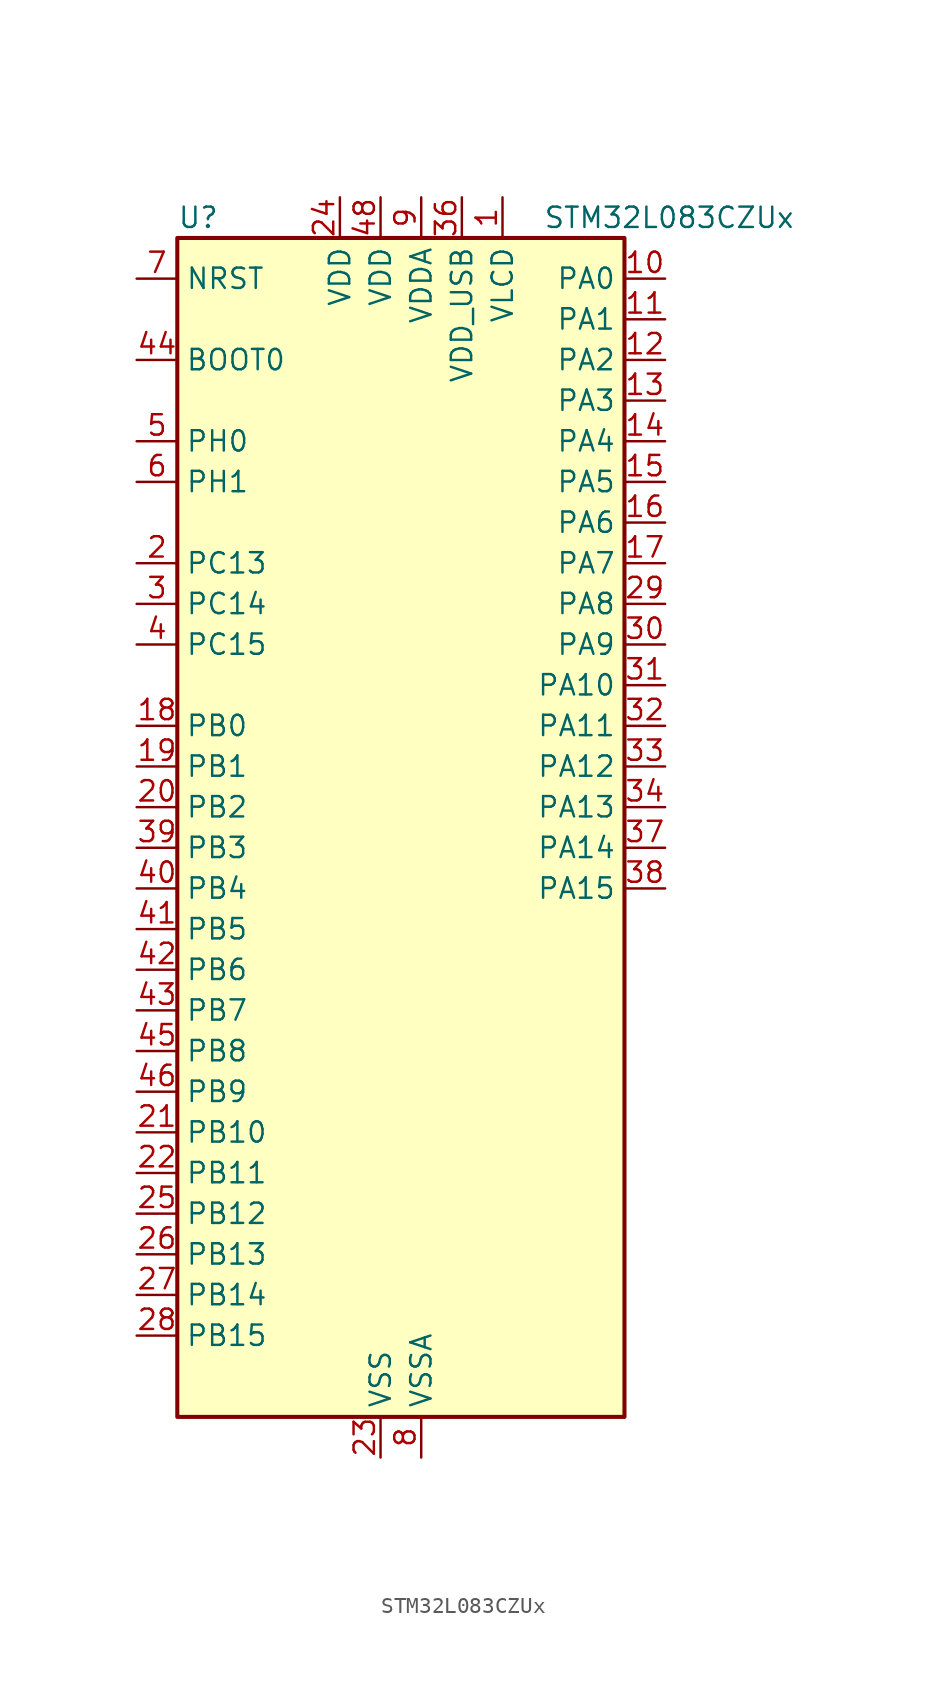
<source format=kicad_sym>
(kicad_symbol_lib
  (version 20220914)
  (generator kicad_symbol_editor)
  (symbol "STM32L083CZUx"
    (property "Reference" "U"
      (at -12.7 39.37 0)
      (effects (font (size 1.27 1.27)) (justify left)))
    (property "Value" "STM32L083CZUx"
      (at 10.16 39.37 0)
      (effects (font (size 1.27 1.27)) (justify left)))
    (property "ki_locked" ""
      (at 0 0 0)
      (effects (font (size 1.27 1.27))))
    (symbol "STM32L083CZUx_0_1"
      (rectangle (start -12.7 -35.56) (end 15.24 38.1) (stroke (width 0.254) (type default)) (fill (type background))))
    (symbol "STM32L083CZUx_1_1"
      (pin power_in line (at 7.62 40.64 270) (length 2.54) (name "VLCD" (effects (font (size 1.27 1.27)))) (number "1" (effects (font (size 1.27 1.27)))))
      (pin bidirectional line (at 17.78 35.56 180) (length 2.54) (name "PA0" (effects (font (size 1.27 1.27)))) (number "10" (effects (font (size 1.27 1.27)))) (alternate "ADC_IN0" bidirectional line) (alternate "COMP1_INM" bidirectional line) (alternate "COMP1_OUT" bidirectional line) (alternate "RTC_TAMP2" bidirectional line) (alternate "SYS_WKUP1" bidirectional line) (alternate "TIM2_CH1" bidirectional line) (alternate "TIM2_ETR" bidirectional line) (alternate "TSC_G1_IO1" bidirectional line) (alternate "USART2_CTS" bidirectional line) (alternate "USART4_TX" bidirectional line))
      (pin bidirectional line (at 17.78 33.02 180) (length 2.54) (name "PA1" (effects (font (size 1.27 1.27)))) (number "11" (effects (font (size 1.27 1.27)))) (alternate "ADC_IN1" bidirectional line) (alternate "COMP1_INP" bidirectional line) (alternate "LCD_SEG0" bidirectional line) (alternate "TIM21_ETR" bidirectional line) (alternate "TIM2_CH2" bidirectional line) (alternate "TSC_G1_IO2" bidirectional line) (alternate "USART2_DE" bidirectional line) (alternate "USART2_RTS" bidirectional line) (alternate "USART4_RX" bidirectional line))
      (pin bidirectional line (at 17.78 30.48 180) (length 2.54) (name "PA2" (effects (font (size 1.27 1.27)))) (number "12" (effects (font (size 1.27 1.27)))) (alternate "ADC_IN2" bidirectional line) (alternate "COMP2_INM" bidirectional line) (alternate "COMP2_OUT" bidirectional line) (alternate "LCD_SEG1" bidirectional line) (alternate "LPUART1_TX" bidirectional line) (alternate "TIM21_CH1" bidirectional line) (alternate "TIM2_CH3" bidirectional line) (alternate "TSC_G1_IO3" bidirectional line) (alternate "USART2_TX" bidirectional line))
      (pin bidirectional line (at 17.78 27.94 180) (length 2.54) (name "PA3" (effects (font (size 1.27 1.27)))) (number "13" (effects (font (size 1.27 1.27)))) (alternate "ADC_IN3" bidirectional line) (alternate "COMP2_INP" bidirectional line) (alternate "LCD_SEG2" bidirectional line) (alternate "LPUART1_RX" bidirectional line) (alternate "TIM21_CH2" bidirectional line) (alternate "TIM2_CH4" bidirectional line) (alternate "TSC_G1_IO4" bidirectional line) (alternate "USART2_RX" bidirectional line))
      (pin bidirectional line (at 17.78 25.4 180) (length 2.54) (name "PA4" (effects (font (size 1.27 1.27)))) (number "14" (effects (font (size 1.27 1.27)))) (alternate "ADC_IN4" bidirectional line) (alternate "COMP1_INM" bidirectional line) (alternate "COMP2_INM" bidirectional line) (alternate "DAC_OUT1" bidirectional line) (alternate "SPI1_NSS" bidirectional line) (alternate "TIM22_ETR" bidirectional line) (alternate "TSC_G2_IO1" bidirectional line) (alternate "USART2_CK" bidirectional line))
      (pin bidirectional line (at 17.78 22.86 180) (length 2.54) (name "PA5" (effects (font (size 1.27 1.27)))) (number "15" (effects (font (size 1.27 1.27)))) (alternate "ADC_IN5" bidirectional line) (alternate "COMP1_INM" bidirectional line) (alternate "COMP2_INM" bidirectional line) (alternate "DAC_OUT2" bidirectional line) (alternate "SPI1_SCK" bidirectional line) (alternate "TIM2_CH1" bidirectional line) (alternate "TIM2_ETR" bidirectional line) (alternate "TSC_G2_IO2" bidirectional line))
      (pin bidirectional line (at 17.78 20.32 180) (length 2.54) (name "PA6" (effects (font (size 1.27 1.27)))) (number "16" (effects (font (size 1.27 1.27)))) (alternate "ADC_IN6" bidirectional line) (alternate "COMP1_OUT" bidirectional line) (alternate "LCD_SEG3" bidirectional line) (alternate "LPUART1_CTS" bidirectional line) (alternate "SPI1_MISO" bidirectional line) (alternate "TIM22_CH1" bidirectional line) (alternate "TIM3_CH1" bidirectional line) (alternate "TSC_G2_IO3" bidirectional line))
      (pin bidirectional line (at 17.78 17.78 180) (length 2.54) (name "PA7" (effects (font (size 1.27 1.27)))) (number "17" (effects (font (size 1.27 1.27)))) (alternate "ADC_IN7" bidirectional line) (alternate "COMP2_OUT" bidirectional line) (alternate "LCD_SEG4" bidirectional line) (alternate "SPI1_MOSI" bidirectional line) (alternate "TIM22_CH2" bidirectional line) (alternate "TIM3_CH2" bidirectional line) (alternate "TSC_G2_IO4" bidirectional line))
      (pin bidirectional line (at -15.24 7.62 0) (length 2.54) (name "PB0" (effects (font (size 1.27 1.27)))) (number "18" (effects (font (size 1.27 1.27)))) (alternate "ADC_IN8" bidirectional line) (alternate "LCD_SEG5" bidirectional line) (alternate "LCD_VLCD3" bidirectional line) (alternate "SYS_VREF_OUT_PB0" bidirectional line) (alternate "TIM3_CH3" bidirectional line) (alternate "TSC_G3_IO2" bidirectional line))
      (pin bidirectional line (at -15.24 5.08 0) (length 2.54) (name "PB1" (effects (font (size 1.27 1.27)))) (number "19" (effects (font (size 1.27 1.27)))) (alternate "ADC_IN9" bidirectional line) (alternate "LCD_SEG6" bidirectional line) (alternate "LPUART1_DE" bidirectional line) (alternate "LPUART1_RTS" bidirectional line) (alternate "SYS_VREF_OUT_PB1" bidirectional line) (alternate "TIM3_CH4" bidirectional line) (alternate "TSC_G3_IO3" bidirectional line))
      (pin bidirectional line (at -15.24 17.78 0) (length 2.54) (name "PC13" (effects (font (size 1.27 1.27)))) (number "2" (effects (font (size 1.27 1.27)))) (alternate "RTC_OUT_ALARM" bidirectional line) (alternate "RTC_OUT_CALIB" bidirectional line) (alternate "RTC_TAMP1" bidirectional line) (alternate "RTC_TS" bidirectional line) (alternate "SYS_WKUP2" bidirectional line))
      (pin bidirectional line (at -15.24 2.54 0) (length 2.54) (name "PB2" (effects (font (size 1.27 1.27)))) (number "20" (effects (font (size 1.27 1.27)))) (alternate "I2C3_SMBA" bidirectional line) (alternate "LCD_VLCD2" bidirectional line) (alternate "LPTIM1_OUT" bidirectional line) (alternate "TSC_G3_IO4" bidirectional line))
      (pin bidirectional line (at -15.24 -17.78 0) (length 2.54) (name "PB10" (effects (font (size 1.27 1.27)))) (number "21" (effects (font (size 1.27 1.27)))) (alternate "I2C2_SCL" bidirectional line) (alternate "LCD_SEG10" bidirectional line) (alternate "LPUART1_RX" bidirectional line) (alternate "LPUART1_TX" bidirectional line) (alternate "SPI2_SCK" bidirectional line) (alternate "TIM2_CH3" bidirectional line) (alternate "TSC_SYNC" bidirectional line))
      (pin bidirectional line (at -15.24 -20.32 0) (length 2.54) (name "PB11" (effects (font (size 1.27 1.27)))) (number "22" (effects (font (size 1.27 1.27)))) (alternate "ADC_EXTI11" bidirectional line) (alternate "I2C2_SDA" bidirectional line) (alternate "LCD_SEG11" bidirectional line) (alternate "LPUART1_RX" bidirectional line) (alternate "LPUART1_TX" bidirectional line) (alternate "TIM2_CH4" bidirectional line) (alternate "TSC_G6_IO1" bidirectional line))
      (pin power_in line (at 0 -38.1 90) (length 2.54) (name "VSS" (effects (font (size 1.27 1.27)))) (number "23" (effects (font (size 1.27 1.27)))))
      (pin power_in line (at -2.54 40.64 270) (length 2.54) (name "VDD" (effects (font (size 1.27 1.27)))) (number "24" (effects (font (size 1.27 1.27)))))
      (pin bidirectional line (at -15.24 -22.86 0) (length 2.54) (name "PB12" (effects (font (size 1.27 1.27)))) (number "25" (effects (font (size 1.27 1.27)))) (alternate "I2S2_WS" bidirectional line) (alternate "LCD_SEG12" bidirectional line) (alternate "LCD_VLCD2" bidirectional line) (alternate "LPUART1_DE" bidirectional line) (alternate "LPUART1_RTS" bidirectional line) (alternate "SPI2_NSS" bidirectional line) (alternate "TSC_G6_IO2" bidirectional line))
      (pin bidirectional line (at -15.24 -25.4 0) (length 2.54) (name "PB13" (effects (font (size 1.27 1.27)))) (number "26" (effects (font (size 1.27 1.27)))) (alternate "I2C2_SCL" bidirectional line) (alternate "I2S2_CK" bidirectional line) (alternate "LCD_SEG13" bidirectional line) (alternate "LPUART1_CTS" bidirectional line) (alternate "RCC_MCO" bidirectional line) (alternate "SPI2_SCK" bidirectional line) (alternate "TIM21_CH1" bidirectional line) (alternate "TSC_G6_IO3" bidirectional line))
      (pin bidirectional line (at -15.24 -27.94 0) (length 2.54) (name "PB14" (effects (font (size 1.27 1.27)))) (number "27" (effects (font (size 1.27 1.27)))) (alternate "I2C2_SDA" bidirectional line) (alternate "I2S2_MCK" bidirectional line) (alternate "LCD_SEG14" bidirectional line) (alternate "LPUART1_DE" bidirectional line) (alternate "LPUART1_RTS" bidirectional line) (alternate "RTC_OUT_ALARM" bidirectional line) (alternate "RTC_OUT_CALIB" bidirectional line) (alternate "SPI2_MISO" bidirectional line) (alternate "TIM21_CH2" bidirectional line) (alternate "TSC_G6_IO4" bidirectional line))
      (pin bidirectional line (at -15.24 -30.48 0) (length 2.54) (name "PB15" (effects (font (size 1.27 1.27)))) (number "28" (effects (font (size 1.27 1.27)))) (alternate "I2S2_SD" bidirectional line) (alternate "LCD_SEG15" bidirectional line) (alternate "RTC_REFIN" bidirectional line) (alternate "SPI2_MOSI" bidirectional line))
      (pin bidirectional line (at 17.78 15.24 180) (length 2.54) (name "PA8" (effects (font (size 1.27 1.27)))) (number "29" (effects (font (size 1.27 1.27)))) (alternate "CRS_SYNC" bidirectional line) (alternate "I2C3_SCL" bidirectional line) (alternate "LCD_COM0" bidirectional line) (alternate "RCC_MCO" bidirectional line) (alternate "USART1_CK" bidirectional line))
      (pin bidirectional line (at -15.24 15.24 0) (length 2.54) (name "PC14" (effects (font (size 1.27 1.27)))) (number "3" (effects (font (size 1.27 1.27)))) (alternate "RCC_OSC32_IN" bidirectional line))
      (pin bidirectional line (at 17.78 12.7 180) (length 2.54) (name "PA9" (effects (font (size 1.27 1.27)))) (number "30" (effects (font (size 1.27 1.27)))) (alternate "DAC_EXTI9" bidirectional line) (alternate "I2C1_SCL" bidirectional line) (alternate "I2C3_SMBA" bidirectional line) (alternate "LCD_COM1" bidirectional line) (alternate "RCC_MCO" bidirectional line) (alternate "TSC_G4_IO1" bidirectional line) (alternate "USART1_TX" bidirectional line))
      (pin bidirectional line (at 17.78 10.16 180) (length 2.54) (name "PA10" (effects (font (size 1.27 1.27)))) (number "31" (effects (font (size 1.27 1.27)))) (alternate "I2C1_SDA" bidirectional line) (alternate "LCD_COM2" bidirectional line) (alternate "TSC_G4_IO2" bidirectional line) (alternate "USART1_RX" bidirectional line))
      (pin bidirectional line (at 17.78 7.62 180) (length 2.54) (name "PA11" (effects (font (size 1.27 1.27)))) (number "32" (effects (font (size 1.27 1.27)))) (alternate "ADC_EXTI11" bidirectional line) (alternate "COMP1_OUT" bidirectional line) (alternate "SPI1_MISO" bidirectional line) (alternate "TSC_G4_IO3" bidirectional line) (alternate "USART1_CTS" bidirectional line) (alternate "USB_DM" bidirectional line))
      (pin bidirectional line (at 17.78 5.08 180) (length 2.54) (name "PA12" (effects (font (size 1.27 1.27)))) (number "33" (effects (font (size 1.27 1.27)))) (alternate "COMP2_OUT" bidirectional line) (alternate "SPI1_MOSI" bidirectional line) (alternate "TSC_G4_IO4" bidirectional line) (alternate "USART1_DE" bidirectional line) (alternate "USART1_RTS" bidirectional line) (alternate "USB_DP" bidirectional line))
      (pin bidirectional line (at 17.78 2.54 180) (length 2.54) (name "PA13" (effects (font (size 1.27 1.27)))) (number "34" (effects (font (size 1.27 1.27)))) (alternate "LPUART1_RX" bidirectional line) (alternate "SYS_SWDIO" bidirectional line) (alternate "USB_NOE" bidirectional line))
      (pin passive line (at 0 -38.1 90) (length 2.54) hide (name "VSS" (effects (font (size 1.27 1.27)))) (number "35" (effects (font (size 1.27 1.27)))))
      (pin power_in line (at 5.08 40.64 270) (length 2.54) (name "VDD_USB" (effects (font (size 1.27 1.27)))) (number "36" (effects (font (size 1.27 1.27)))))
      (pin bidirectional line (at 17.78 0 180) (length 2.54) (name "PA14" (effects (font (size 1.27 1.27)))) (number "37" (effects (font (size 1.27 1.27)))) (alternate "LPUART1_TX" bidirectional line) (alternate "SYS_SWCLK" bidirectional line) (alternate "USART2_TX" bidirectional line))
      (pin bidirectional line (at 17.78 -2.54 180) (length 2.54) (name "PA15" (effects (font (size 1.27 1.27)))) (number "38" (effects (font (size 1.27 1.27)))) (alternate "LCD_SEG17" bidirectional line) (alternate "SPI1_NSS" bidirectional line) (alternate "TIM2_CH1" bidirectional line) (alternate "TIM2_ETR" bidirectional line) (alternate "USART2_RX" bidirectional line) (alternate "USART4_DE" bidirectional line) (alternate "USART4_RTS" bidirectional line))
      (pin bidirectional line (at -15.24 0 0) (length 2.54) (name "PB3" (effects (font (size 1.27 1.27)))) (number "39" (effects (font (size 1.27 1.27)))) (alternate "COMP2_INM" bidirectional line) (alternate "LCD_SEG7" bidirectional line) (alternate "SPI1_SCK" bidirectional line) (alternate "TIM2_CH2" bidirectional line) (alternate "TSC_G5_IO1" bidirectional line) (alternate "USART1_DE" bidirectional line) (alternate "USART1_RTS" bidirectional line) (alternate "USART5_TX" bidirectional line))
      (pin bidirectional line (at -15.24 12.7 0) (length 2.54) (name "PC15" (effects (font (size 1.27 1.27)))) (number "4" (effects (font (size 1.27 1.27)))) (alternate "RCC_OSC32_OUT" bidirectional line))
      (pin bidirectional line (at -15.24 -2.54 0) (length 2.54) (name "PB4" (effects (font (size 1.27 1.27)))) (number "40" (effects (font (size 1.27 1.27)))) (alternate "COMP2_INP" bidirectional line) (alternate "I2C3_SDA" bidirectional line) (alternate "LCD_SEG8" bidirectional line) (alternate "SPI1_MISO" bidirectional line) (alternate "TIM22_CH1" bidirectional line) (alternate "TIM3_CH1" bidirectional line) (alternate "TSC_G5_IO2" bidirectional line) (alternate "USART1_CTS" bidirectional line) (alternate "USART5_RX" bidirectional line))
      (pin bidirectional line (at -15.24 -5.08 0) (length 2.54) (name "PB5" (effects (font (size 1.27 1.27)))) (number "41" (effects (font (size 1.27 1.27)))) (alternate "COMP2_INP" bidirectional line) (alternate "I2C1_SMBA" bidirectional line) (alternate "LCD_SEG9" bidirectional line) (alternate "LPTIM1_IN1" bidirectional line) (alternate "SPI1_MOSI" bidirectional line) (alternate "TIM22_CH2" bidirectional line) (alternate "TIM3_CH2" bidirectional line) (alternate "USART1_CK" bidirectional line) (alternate "USART5_CK" bidirectional line) (alternate "USART5_DE" bidirectional line) (alternate "USART5_RTS" bidirectional line))
      (pin bidirectional line (at -15.24 -7.62 0) (length 2.54) (name "PB6" (effects (font (size 1.27 1.27)))) (number "42" (effects (font (size 1.27 1.27)))) (alternate "COMP2_INP" bidirectional line) (alternate "I2C1_SCL" bidirectional line) (alternate "LPTIM1_ETR" bidirectional line) (alternate "TSC_G5_IO3" bidirectional line) (alternate "USART1_TX" bidirectional line))
      (pin bidirectional line (at -15.24 -10.16 0) (length 2.54) (name "PB7" (effects (font (size 1.27 1.27)))) (number "43" (effects (font (size 1.27 1.27)))) (alternate "COMP2_INP" bidirectional line) (alternate "I2C1_SDA" bidirectional line) (alternate "LPTIM1_IN2" bidirectional line) (alternate "SYS_PVD_IN" bidirectional line) (alternate "TSC_G5_IO4" bidirectional line) (alternate "USART1_RX" bidirectional line) (alternate "USART4_CTS" bidirectional line))
      (pin input line (at -15.24 30.48 0) (length 2.54) (name "BOOT0" (effects (font (size 1.27 1.27)))) (number "44" (effects (font (size 1.27 1.27)))))
      (pin bidirectional line (at -15.24 -12.7 0) (length 2.54) (name "PB8" (effects (font (size 1.27 1.27)))) (number "45" (effects (font (size 1.27 1.27)))) (alternate "I2C1_SCL" bidirectional line) (alternate "LCD_SEG16" bidirectional line) (alternate "TSC_SYNC" bidirectional line))
      (pin bidirectional line (at -15.24 -15.24 0) (length 2.54) (name "PB9" (effects (font (size 1.27 1.27)))) (number "46" (effects (font (size 1.27 1.27)))) (alternate "DAC_EXTI9" bidirectional line) (alternate "I2C1_SDA" bidirectional line) (alternate "I2S2_WS" bidirectional line) (alternate "LCD_COM3" bidirectional line) (alternate "SPI2_NSS" bidirectional line))
      (pin passive line (at 0 -38.1 90) (length 2.54) hide (name "VSS" (effects (font (size 1.27 1.27)))) (number "47" (effects (font (size 1.27 1.27)))))
      (pin power_in line (at 0 40.64 270) (length 2.54) (name "VDD" (effects (font (size 1.27 1.27)))) (number "48" (effects (font (size 1.27 1.27)))))
      (pin passive line (at 0 -38.1 90) (length 2.54) hide (name "VSS" (effects (font (size 1.27 1.27)))) (number "49" (effects (font (size 1.27 1.27)))))
      (pin bidirectional line (at -15.24 25.4 0) (length 2.54) (name "PH0" (effects (font (size 1.27 1.27)))) (number "5" (effects (font (size 1.27 1.27)))) (alternate "CRS_SYNC" bidirectional line) (alternate "RCC_OSC_IN" bidirectional line))
      (pin bidirectional line (at -15.24 22.86 0) (length 2.54) (name "PH1" (effects (font (size 1.27 1.27)))) (number "6" (effects (font (size 1.27 1.27)))) (alternate "RCC_OSC_OUT" bidirectional line))
      (pin input line (at -15.24 35.56 0) (length 2.54) (name "NRST" (effects (font (size 1.27 1.27)))) (number "7" (effects (font (size 1.27 1.27)))))
      (pin power_in line (at 2.54 -38.1 90) (length 2.54) (name "VSSA" (effects (font (size 1.27 1.27)))) (number "8" (effects (font (size 1.27 1.27)))))
      (pin power_in line (at 2.54 40.64 270) (length 2.54) (name "VDDA" (effects (font (size 1.27 1.27)))) (number "9" (effects (font (size 1.27 1.27))))))))
</source>
